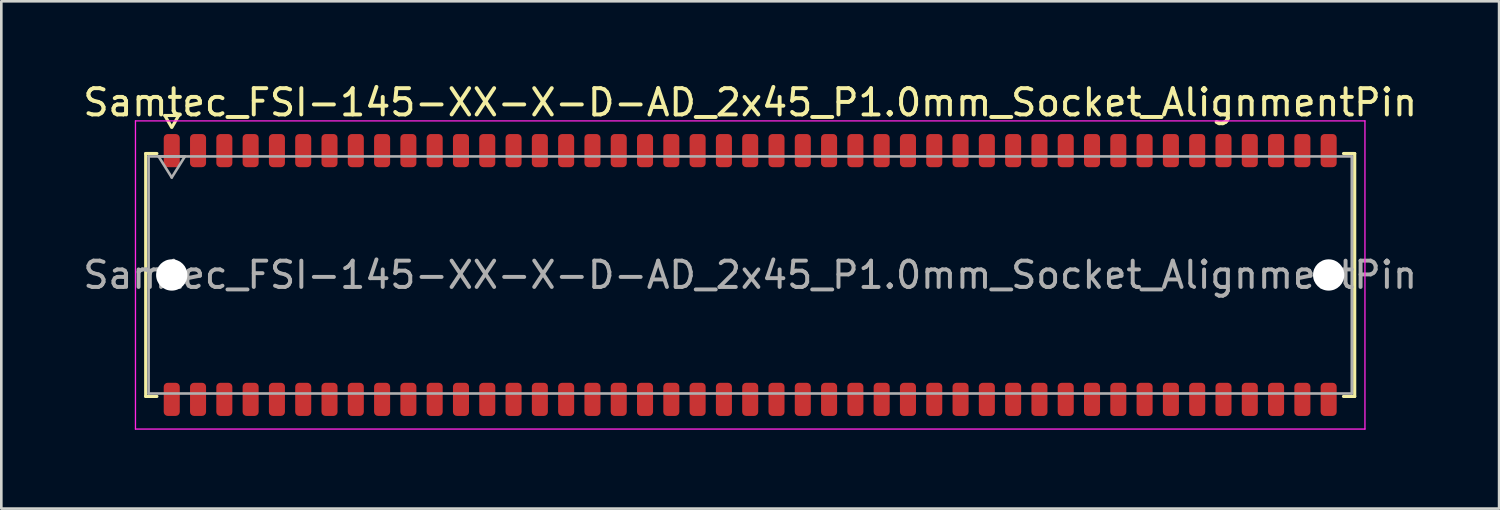
<source format=kicad_pcb>
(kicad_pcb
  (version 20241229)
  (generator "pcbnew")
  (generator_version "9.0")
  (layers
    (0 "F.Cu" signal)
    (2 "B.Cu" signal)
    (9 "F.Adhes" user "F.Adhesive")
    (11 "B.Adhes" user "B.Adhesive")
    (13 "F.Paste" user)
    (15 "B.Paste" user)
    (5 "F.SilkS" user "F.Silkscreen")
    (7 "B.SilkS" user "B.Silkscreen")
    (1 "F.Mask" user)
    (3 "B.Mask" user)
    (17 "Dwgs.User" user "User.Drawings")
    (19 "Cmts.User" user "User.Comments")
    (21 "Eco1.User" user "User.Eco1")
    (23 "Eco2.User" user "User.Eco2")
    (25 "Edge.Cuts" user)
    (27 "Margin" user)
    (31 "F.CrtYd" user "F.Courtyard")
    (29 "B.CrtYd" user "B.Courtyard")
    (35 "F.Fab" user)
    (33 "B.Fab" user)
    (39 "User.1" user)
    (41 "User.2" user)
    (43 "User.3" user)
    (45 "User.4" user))
  (footprint "Samtec_FSI-145-XX-X-D-AD_2x45_P1.0mm_Socket_AlignmentPin"
    (layer "F.Cu")
    (at 25.482 7.408)
    (property "Reference" "Samtec_FSI-145-XX-X-D-AD_2x45_P1.0mm_Socket_AlignmentPin" (at 0 -6.56 0) (layer "F.SilkS") (effects (font (size 1 1) (thickness 0.15))))
    (attr smd)
    (fp_line (start -22.99 -4.619) (end -22.565 -4.619) (stroke (width 0.12) (type solid)) (layer "F.SilkS"))
    (fp_line (start -22.99 4.619) (end -22.99 -4.619) (stroke (width 0.12) (type solid)) (layer "F.SilkS"))
    (fp_line (start -22.565 4.619) (end -22.99 4.619) (stroke (width 0.12) (type solid)) (layer "F.SilkS"))
    (fp_line (start -22.264 -6.066) (end -22.007 -5.62) (stroke (width 0.12) (type solid)) (layer "F.SilkS"))
    (fp_line (start -21.993 -5.62) (end -21.736 -6.066) (stroke (width 0.12) (type solid)) (layer "F.SilkS"))
    (fp_line (start -21.736 -6.066) (end -22.264 -6.066) (stroke (width 0.12) (type solid)) (layer "F.SilkS"))
    (fp_line (start 22.565 -4.619) (end 22.99 -4.619) (stroke (width 0.12) (type solid)) (layer "F.SilkS"))
    (fp_line (start 22.99 -4.619) (end 22.99 4.619) (stroke (width 0.12) (type solid)) (layer "F.SilkS"))
    (fp_line (start 22.99 4.619) (end 22.565 4.619) (stroke (width 0.12) (type solid)) (layer "F.SilkS"))
    (fp_line (start -23.38 -5.86) (end -23.38 5.86) (stroke (width 0.05) (type solid)) (layer "F.CrtYd"))
    (fp_line (start -23.38 5.86) (end 23.38 5.86) (stroke (width 0.05) (type solid)) (layer "F.CrtYd"))
    (fp_line (start 23.38 -5.86) (end -23.38 -5.86) (stroke (width 0.05) (type solid)) (layer "F.CrtYd"))
    (fp_line (start 23.38 5.86) (end 23.38 -5.86) (stroke (width 0.05) (type solid)) (layer "F.CrtYd"))
    (fp_line (start -22.88 -4.508) (end 22.88 -4.508) (stroke (width 0.1) (type solid)) (layer "F.Fab"))
    (fp_line (start -22.88 4.508) (end -22.88 -4.508) (stroke (width 0.1) (type solid)) (layer "F.Fab"))
    (fp_line (start -22.5 -4.508) (end -22 -3.708) (stroke (width 0.1) (type solid)) (layer "F.Fab"))
    (fp_line (start -22 -3.708) (end -21.5 -4.508) (stroke (width 0.1) (type solid)) (layer "F.Fab"))
    (fp_line (start -21.5 -4.508) (end -22.5 -4.508) (stroke (width 0.1) (type solid)) (layer "F.Fab"))
    (fp_line (start 22.88 -4.508) (end 22.88 4.508) (stroke (width 0.1) (type solid)) (layer "F.Fab"))
    (fp_line (start 22.88 4.508) (end -22.88 4.508) (stroke (width 0.1) (type solid)) (layer "F.Fab"))
    (fp_text user "${REFERENCE}" (at 0 0 0) (layer "F.Fab") (effects (font (size 1 1) (thickness 0.15))))
    (pad "" np_thru_hole circle (at -22 0) (size 1.19 1.19) (drill 1.19) (layers "*.Cu" "*.Mask"))
    (pad "" np_thru_hole circle (at 22 0) (size 1.19 1.19) (drill 1.19) (layers "*.Cu" "*.Mask"))
    (pad "1" smd roundrect (at -22 -4.73) (size 0.61 1.26) (layers "F.Cu" "F.Mask" "F.Paste") (roundrect_rratio 0.25))
    (pad "2" smd roundrect (at -22 4.73) (size 0.61 1.26) (layers "F.Cu" "F.Mask" "F.Paste") (roundrect_rratio 0.25))
    (pad "3" smd roundrect (at -21 -4.73) (size 0.61 1.26) (layers "F.Cu" "F.Mask" "F.Paste") (roundrect_rratio 0.25))
    (pad "4" smd roundrect (at -21 4.73) (size 0.61 1.26) (layers "F.Cu" "F.Mask" "F.Paste") (roundrect_rratio 0.25))
    (pad "5" smd roundrect (at -20 -4.73) (size 0.61 1.26) (layers "F.Cu" "F.Mask" "F.Paste") (roundrect_rratio 0.25))
    (pad "6" smd roundrect (at -20 4.73) (size 0.61 1.26) (layers "F.Cu" "F.Mask" "F.Paste") (roundrect_rratio 0.25))
    (pad "7" smd roundrect (at -19 -4.73) (size 0.61 1.26) (layers "F.Cu" "F.Mask" "F.Paste") (roundrect_rratio 0.25))
    (pad "8" smd roundrect (at -19 4.73) (size 0.61 1.26) (layers "F.Cu" "F.Mask" "F.Paste") (roundrect_rratio 0.25))
    (pad "9" smd roundrect (at -18 -4.73) (size 0.61 1.26) (layers "F.Cu" "F.Mask" "F.Paste") (roundrect_rratio 0.25))
    (pad "10" smd roundrect (at -18 4.73) (size 0.61 1.26) (layers "F.Cu" "F.Mask" "F.Paste") (roundrect_rratio 0.25))
    (pad "11" smd roundrect (at -17 -4.73) (size 0.61 1.26) (layers "F.Cu" "F.Mask" "F.Paste") (roundrect_rratio 0.25))
    (pad "12" smd roundrect (at -17 4.73) (size 0.61 1.26) (layers "F.Cu" "F.Mask" "F.Paste") (roundrect_rratio 0.25))
    (pad "13" smd roundrect (at -16 -4.73) (size 0.61 1.26) (layers "F.Cu" "F.Mask" "F.Paste") (roundrect_rratio 0.25))
    (pad "14" smd roundrect (at -16 4.73) (size 0.61 1.26) (layers "F.Cu" "F.Mask" "F.Paste") (roundrect_rratio 0.25))
    (pad "15" smd roundrect (at -15 -4.73) (size 0.61 1.26) (layers "F.Cu" "F.Mask" "F.Paste") (roundrect_rratio 0.25))
    (pad "16" smd roundrect (at -15 4.73) (size 0.61 1.26) (layers "F.Cu" "F.Mask" "F.Paste") (roundrect_rratio 0.25))
    (pad "17" smd roundrect (at -14 -4.73) (size 0.61 1.26) (layers "F.Cu" "F.Mask" "F.Paste") (roundrect_rratio 0.25))
    (pad "18" smd roundrect (at -14 4.73) (size 0.61 1.26) (layers "F.Cu" "F.Mask" "F.Paste") (roundrect_rratio 0.25))
    (pad "19" smd roundrect (at -13 -4.73) (size 0.61 1.26) (layers "F.Cu" "F.Mask" "F.Paste") (roundrect_rratio 0.25))
    (pad "20" smd roundrect (at -13 4.73) (size 0.61 1.26) (layers "F.Cu" "F.Mask" "F.Paste") (roundrect_rratio 0.25))
    (pad "21" smd roundrect (at -12 -4.73) (size 0.61 1.26) (layers "F.Cu" "F.Mask" "F.Paste") (roundrect_rratio 0.25))
    (pad "22" smd roundrect (at -12 4.73) (size 0.61 1.26) (layers "F.Cu" "F.Mask" "F.Paste") (roundrect_rratio 0.25))
    (pad "23" smd roundrect (at -11 -4.73) (size 0.61 1.26) (layers "F.Cu" "F.Mask" "F.Paste") (roundrect_rratio 0.25))
    (pad "24" smd roundrect (at -11 4.73) (size 0.61 1.26) (layers "F.Cu" "F.Mask" "F.Paste") (roundrect_rratio 0.25))
    (pad "25" smd roundrect (at -10 -4.73) (size 0.61 1.26) (layers "F.Cu" "F.Mask" "F.Paste") (roundrect_rratio 0.25))
    (pad "26" smd roundrect (at -10 4.73) (size 0.61 1.26) (layers "F.Cu" "F.Mask" "F.Paste") (roundrect_rratio 0.25))
    (pad "27" smd roundrect (at -9 -4.73) (size 0.61 1.26) (layers "F.Cu" "F.Mask" "F.Paste") (roundrect_rratio 0.25))
    (pad "28" smd roundrect (at -9 4.73) (size 0.61 1.26) (layers "F.Cu" "F.Mask" "F.Paste") (roundrect_rratio 0.25))
    (pad "29" smd roundrect (at -8 -4.73) (size 0.61 1.26) (layers "F.Cu" "F.Mask" "F.Paste") (roundrect_rratio 0.25))
    (pad "30" smd roundrect (at -8 4.73) (size 0.61 1.26) (layers "F.Cu" "F.Mask" "F.Paste") (roundrect_rratio 0.25))
    (pad "31" smd roundrect (at -7 -4.73) (size 0.61 1.26) (layers "F.Cu" "F.Mask" "F.Paste") (roundrect_rratio 0.25))
    (pad "32" smd roundrect (at -7 4.73) (size 0.61 1.26) (layers "F.Cu" "F.Mask" "F.Paste") (roundrect_rratio 0.25))
    (pad "33" smd roundrect (at -6 -4.73) (size 0.61 1.26) (layers "F.Cu" "F.Mask" "F.Paste") (roundrect_rratio 0.25))
    (pad "34" smd roundrect (at -6 4.73) (size 0.61 1.26) (layers "F.Cu" "F.Mask" "F.Paste") (roundrect_rratio 0.25))
    (pad "35" smd roundrect (at -5 -4.73) (size 0.61 1.26) (layers "F.Cu" "F.Mask" "F.Paste") (roundrect_rratio 0.25))
    (pad "36" smd roundrect (at -5 4.73) (size 0.61 1.26) (layers "F.Cu" "F.Mask" "F.Paste") (roundrect_rratio 0.25))
    (pad "37" smd roundrect (at -4 -4.73) (size 0.61 1.26) (layers "F.Cu" "F.Mask" "F.Paste") (roundrect_rratio 0.25))
    (pad "38" smd roundrect (at -4 4.73) (size 0.61 1.26) (layers "F.Cu" "F.Mask" "F.Paste") (roundrect_rratio 0.25))
    (pad "39" smd roundrect (at -3 -4.73) (size 0.61 1.26) (layers "F.Cu" "F.Mask" "F.Paste") (roundrect_rratio 0.25))
    (pad "40" smd roundrect (at -3 4.73) (size 0.61 1.26) (layers "F.Cu" "F.Mask" "F.Paste") (roundrect_rratio 0.25))
    (pad "41" smd roundrect (at -2 -4.73) (size 0.61 1.26) (layers "F.Cu" "F.Mask" "F.Paste") (roundrect_rratio 0.25))
    (pad "42" smd roundrect (at -2 4.73) (size 0.61 1.26) (layers "F.Cu" "F.Mask" "F.Paste") (roundrect_rratio 0.25))
    (pad "43" smd roundrect (at -1 -4.73) (size 0.61 1.26) (layers "F.Cu" "F.Mask" "F.Paste") (roundrect_rratio 0.25))
    (pad "44" smd roundrect (at -1 4.73) (size 0.61 1.26) (layers "F.Cu" "F.Mask" "F.Paste") (roundrect_rratio 0.25))
    (pad "45" smd roundrect (at 0 -4.73) (size 0.61 1.26) (layers "F.Cu" "F.Mask" "F.Paste") (roundrect_rratio 0.25))
    (pad "46" smd roundrect (at 0 4.73) (size 0.61 1.26) (layers "F.Cu" "F.Mask" "F.Paste") (roundrect_rratio 0.25))
    (pad "47" smd roundrect (at 1 -4.73) (size 0.61 1.26) (layers "F.Cu" "F.Mask" "F.Paste") (roundrect_rratio 0.25))
    (pad "48" smd roundrect (at 1 4.73) (size 0.61 1.26) (layers "F.Cu" "F.Mask" "F.Paste") (roundrect_rratio 0.25))
    (pad "49" smd roundrect (at 2 -4.73) (size 0.61 1.26) (layers "F.Cu" "F.Mask" "F.Paste") (roundrect_rratio 0.25))
    (pad "50" smd roundrect (at 2 4.73) (size 0.61 1.26) (layers "F.Cu" "F.Mask" "F.Paste") (roundrect_rratio 0.25))
    (pad "51" smd roundrect (at 3 -4.73) (size 0.61 1.26) (layers "F.Cu" "F.Mask" "F.Paste") (roundrect_rratio 0.25))
    (pad "52" smd roundrect (at 3 4.73) (size 0.61 1.26) (layers "F.Cu" "F.Mask" "F.Paste") (roundrect_rratio 0.25))
    (pad "53" smd roundrect (at 4 -4.73) (size 0.61 1.26) (layers "F.Cu" "F.Mask" "F.Paste") (roundrect_rratio 0.25))
    (pad "54" smd roundrect (at 4 4.73) (size 0.61 1.26) (layers "F.Cu" "F.Mask" "F.Paste") (roundrect_rratio 0.25))
    (pad "55" smd roundrect (at 5 -4.73) (size 0.61 1.26) (layers "F.Cu" "F.Mask" "F.Paste") (roundrect_rratio 0.25))
    (pad "56" smd roundrect (at 5 4.73) (size 0.61 1.26) (layers "F.Cu" "F.Mask" "F.Paste") (roundrect_rratio 0.25))
    (pad "57" smd roundrect (at 6 -4.73) (size 0.61 1.26) (layers "F.Cu" "F.Mask" "F.Paste") (roundrect_rratio 0.25))
    (pad "58" smd roundrect (at 6 4.73) (size 0.61 1.26) (layers "F.Cu" "F.Mask" "F.Paste") (roundrect_rratio 0.25))
    (pad "59" smd roundrect (at 7 -4.73) (size 0.61 1.26) (layers "F.Cu" "F.Mask" "F.Paste") (roundrect_rratio 0.25))
    (pad "60" smd roundrect (at 7 4.73) (size 0.61 1.26) (layers "F.Cu" "F.Mask" "F.Paste") (roundrect_rratio 0.25))
    (pad "61" smd roundrect (at 8 -4.73) (size 0.61 1.26) (layers "F.Cu" "F.Mask" "F.Paste") (roundrect_rratio 0.25))
    (pad "62" smd roundrect (at 8 4.73) (size 0.61 1.26) (layers "F.Cu" "F.Mask" "F.Paste") (roundrect_rratio 0.25))
    (pad "63" smd roundrect (at 9 -4.73) (size 0.61 1.26) (layers "F.Cu" "F.Mask" "F.Paste") (roundrect_rratio 0.25))
    (pad "64" smd roundrect (at 9 4.73) (size 0.61 1.26) (layers "F.Cu" "F.Mask" "F.Paste") (roundrect_rratio 0.25))
    (pad "65" smd roundrect (at 10 -4.73) (size 0.61 1.26) (layers "F.Cu" "F.Mask" "F.Paste") (roundrect_rratio 0.25))
    (pad "66" smd roundrect (at 10 4.73) (size 0.61 1.26) (layers "F.Cu" "F.Mask" "F.Paste") (roundrect_rratio 0.25))
    (pad "67" smd roundrect (at 11 -4.73) (size 0.61 1.26) (layers "F.Cu" "F.Mask" "F.Paste") (roundrect_rratio 0.25))
    (pad "68" smd roundrect (at 11 4.73) (size 0.61 1.26) (layers "F.Cu" "F.Mask" "F.Paste") (roundrect_rratio 0.25))
    (pad "69" smd roundrect (at 12 -4.73) (size 0.61 1.26) (layers "F.Cu" "F.Mask" "F.Paste") (roundrect_rratio 0.25))
    (pad "70" smd roundrect (at 12 4.73) (size 0.61 1.26) (layers "F.Cu" "F.Mask" "F.Paste") (roundrect_rratio 0.25))
    (pad "71" smd roundrect (at 13 -4.73) (size 0.61 1.26) (layers "F.Cu" "F.Mask" "F.Paste") (roundrect_rratio 0.25))
    (pad "72" smd roundrect (at 13 4.73) (size 0.61 1.26) (layers "F.Cu" "F.Mask" "F.Paste") (roundrect_rratio 0.25))
    (pad "73" smd roundrect (at 14 -4.73) (size 0.61 1.26) (layers "F.Cu" "F.Mask" "F.Paste") (roundrect_rratio 0.25))
    (pad "74" smd roundrect (at 14 4.73) (size 0.61 1.26) (layers "F.Cu" "F.Mask" "F.Paste") (roundrect_rratio 0.25))
    (pad "75" smd roundrect (at 15 -4.73) (size 0.61 1.26) (layers "F.Cu" "F.Mask" "F.Paste") (roundrect_rratio 0.25))
    (pad "76" smd roundrect (at 15 4.73) (size 0.61 1.26) (layers "F.Cu" "F.Mask" "F.Paste") (roundrect_rratio 0.25))
    (pad "77" smd roundrect (at 16 -4.73) (size 0.61 1.26) (layers "F.Cu" "F.Mask" "F.Paste") (roundrect_rratio 0.25))
    (pad "78" smd roundrect (at 16 4.73) (size 0.61 1.26) (layers "F.Cu" "F.Mask" "F.Paste") (roundrect_rratio 0.25))
    (pad "79" smd roundrect (at 17 -4.73) (size 0.61 1.26) (layers "F.Cu" "F.Mask" "F.Paste") (roundrect_rratio 0.25))
    (pad "80" smd roundrect (at 17 4.73) (size 0.61 1.26) (layers "F.Cu" "F.Mask" "F.Paste") (roundrect_rratio 0.25))
    (pad "81" smd roundrect (at 18 -4.73) (size 0.61 1.26) (layers "F.Cu" "F.Mask" "F.Paste") (roundrect_rratio 0.25))
    (pad "82" smd roundrect (at 18 4.73) (size 0.61 1.26) (layers "F.Cu" "F.Mask" "F.Paste") (roundrect_rratio 0.25))
    (pad "83" smd roundrect (at 19 -4.73) (size 0.61 1.26) (layers "F.Cu" "F.Mask" "F.Paste") (roundrect_rratio 0.25))
    (pad "84" smd roundrect (at 19 4.73) (size 0.61 1.26) (layers "F.Cu" "F.Mask" "F.Paste") (roundrect_rratio 0.25))
    (pad "85" smd roundrect (at 20 -4.73) (size 0.61 1.26) (layers "F.Cu" "F.Mask" "F.Paste") (roundrect_rratio 0.25))
    (pad "86" smd roundrect (at 20 4.73) (size 0.61 1.26) (layers "F.Cu" "F.Mask" "F.Paste") (roundrect_rratio 0.25))
    (pad "87" smd roundrect (at 21 -4.73) (size 0.61 1.26) (layers "F.Cu" "F.Mask" "F.Paste") (roundrect_rratio 0.25))
    (pad "88" smd roundrect (at 21 4.73) (size 0.61 1.26) (layers "F.Cu" "F.Mask" "F.Paste") (roundrect_rratio 0.25))
    (pad "89" smd roundrect (at 22 -4.73) (size 0.61 1.26) (layers "F.Cu" "F.Mask" "F.Paste") (roundrect_rratio 0.25))
    (pad "90" smd roundrect (at 22 4.73) (size 0.61 1.26) (layers "F.Cu" "F.Mask" "F.Paste") (roundrect_rratio 0.25)))
  (gr_rect
    (start -3 -3)
    (end 53.964 16.293)
    (stroke (width 0.1) (type default))
    (fill no)
    (layer "Edge.Cuts")))
</source>
